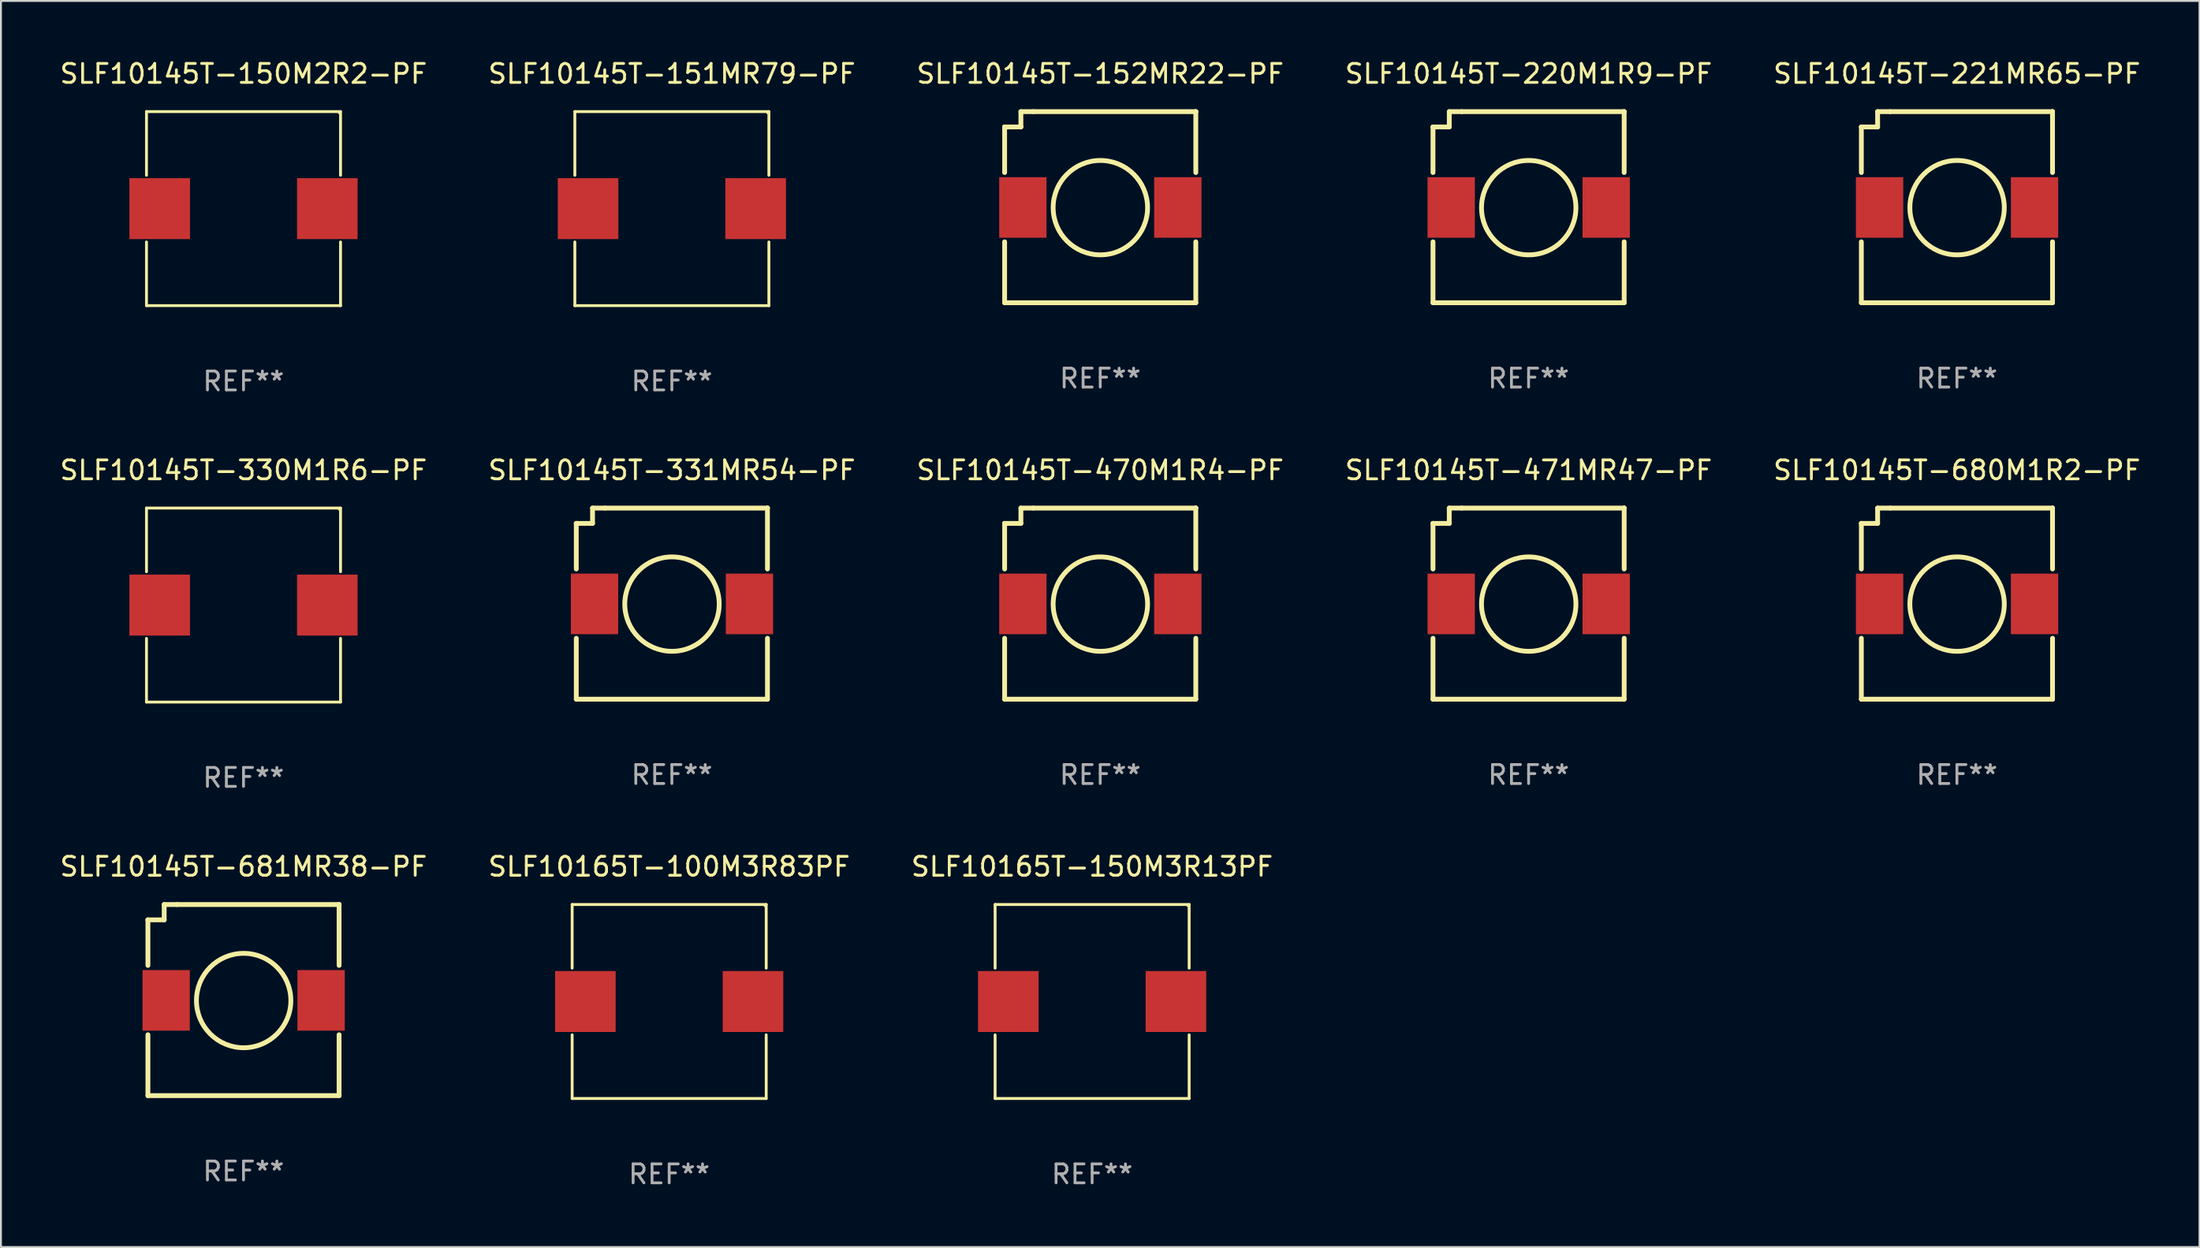
<source format=kicad_pcb>
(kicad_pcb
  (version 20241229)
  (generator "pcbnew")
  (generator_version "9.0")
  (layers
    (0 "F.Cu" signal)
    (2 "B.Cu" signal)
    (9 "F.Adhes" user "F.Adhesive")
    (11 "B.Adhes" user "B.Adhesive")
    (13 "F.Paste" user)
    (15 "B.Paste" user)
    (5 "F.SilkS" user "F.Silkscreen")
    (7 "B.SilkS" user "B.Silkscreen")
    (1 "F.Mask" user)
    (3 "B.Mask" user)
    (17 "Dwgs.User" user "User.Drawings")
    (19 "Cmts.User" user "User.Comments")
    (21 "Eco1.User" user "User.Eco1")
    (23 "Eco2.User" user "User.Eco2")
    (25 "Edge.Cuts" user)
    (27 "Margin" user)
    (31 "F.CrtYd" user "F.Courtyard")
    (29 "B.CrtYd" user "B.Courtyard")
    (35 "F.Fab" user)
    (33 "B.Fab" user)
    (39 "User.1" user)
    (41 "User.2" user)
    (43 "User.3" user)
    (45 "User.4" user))
  (footprint "SLF10165T-100M3R83PF"
    (layer "F.Cu")
    (at 32.304 49.872)
    (property "Reference" "SLF10165T-100M3R83PF" (at 0 -7.126 0) (layer "F.SilkS") (effects (font (size 1 1) (thickness 0.15))))
    (attr through_hole)
    (fp_line (start -5.126 -5.126) (end 5.126 -5.126) (stroke (width 0.152) (type solid)) (layer "F.SilkS"))
    (fp_line (start -5.126 -1.762) (end -5.126 -5.126) (stroke (width 0.152) (type solid)) (layer "F.SilkS"))
    (fp_line (start -5.126 1.762) (end -5.126 5.126) (stroke (width 0.152) (type solid)) (layer "F.SilkS"))
    (fp_line (start -5.126 5.126) (end 5.126 5.126) (stroke (width 0.152) (type solid)) (layer "F.SilkS"))
    (fp_line (start 5.126 -5.126) (end 5.126 -1.762) (stroke (width 0.152) (type solid)) (layer "F.SilkS"))
    (fp_line (start 5.126 5.126) (end 5.126 1.762) (stroke (width 0.152) (type solid)) (layer "F.SilkS"))
    (fp_circle (center 5.05 -5.05) (end 5.08 -5.05) (stroke (width 0.06) (type solid)) (fill no) (layer "F.SilkS"))
    (fp_text user "REF**" (at 0 9.126 0) (layer "F.Fab") (effects (font (size 1 1) (thickness 0.15))))
    (pad "1" smd rect (at 4.428 0) (size 3.2 3.22) (layers "F.Cu" "F.Mask" "F.Paste"))
    (pad "2" smd rect (at -4.428 0) (size 3.2 3.22) (layers "F.Cu" "F.Mask" "F.Paste")))
  (footprint "SLF10145T-330M1R6-PF"
    (layer "F.Cu")
    (at 9.815 28.923)
    (property "Reference" "SLF10145T-330M1R6-PF" (at 0 -7.126 0) (layer "F.SilkS") (effects (font (size 1 1) (thickness 0.15))))
    (attr through_hole)
    (fp_line (start -5.126 -5.126) (end 5.126 -5.126) (stroke (width 0.152) (type solid)) (layer "F.SilkS"))
    (fp_line (start -5.126 -1.762) (end -5.126 -5.126) (stroke (width 0.152) (type solid)) (layer "F.SilkS"))
    (fp_line (start -5.126 1.762) (end -5.126 5.126) (stroke (width 0.152) (type solid)) (layer "F.SilkS"))
    (fp_line (start -5.126 5.126) (end 5.126 5.126) (stroke (width 0.152) (type solid)) (layer "F.SilkS"))
    (fp_line (start 5.126 -5.126) (end 5.126 -1.762) (stroke (width 0.152) (type solid)) (layer "F.SilkS"))
    (fp_line (start 5.126 5.126) (end 5.126 1.762) (stroke (width 0.152) (type solid)) (layer "F.SilkS"))
    (fp_circle (center 5.05 -5.05) (end 5.08 -5.05) (stroke (width 0.06) (type solid)) (fill no) (layer "F.SilkS"))
    (fp_text user "REF**" (at 0 9.126 0) (layer "F.Fab") (effects (font (size 1 1) (thickness 0.15))))
    (pad "1" smd rect (at 4.428 0) (size 3.2 3.22) (layers "F.Cu" "F.Mask" "F.Paste"))
    (pad "2" smd rect (at -4.428 0) (size 3.2 3.22) (layers "F.Cu" "F.Mask" "F.Paste")))
  (footprint "SLF10145T-150M2R2-PF"
    (layer "F.Cu")
    (at 9.815 7.974)
    (property "Reference" "SLF10145T-150M2R2-PF" (at 0 -7.126 0) (layer "F.SilkS") (effects (font (size 1 1) (thickness 0.15))))
    (attr through_hole)
    (fp_line (start -5.126 -5.126) (end 5.126 -5.126) (stroke (width 0.152) (type solid)) (layer "F.SilkS"))
    (fp_line (start -5.126 -1.762) (end -5.126 -5.126) (stroke (width 0.152) (type solid)) (layer "F.SilkS"))
    (fp_line (start -5.126 1.762) (end -5.126 5.126) (stroke (width 0.152) (type solid)) (layer "F.SilkS"))
    (fp_line (start -5.126 5.126) (end 5.126 5.126) (stroke (width 0.152) (type solid)) (layer "F.SilkS"))
    (fp_line (start 5.126 -5.126) (end 5.126 -1.762) (stroke (width 0.152) (type solid)) (layer "F.SilkS"))
    (fp_line (start 5.126 5.126) (end 5.126 1.762) (stroke (width 0.152) (type solid)) (layer "F.SilkS"))
    (fp_circle (center 5.05 -5.05) (end 5.08 -5.05) (stroke (width 0.06) (type solid)) (fill no) (layer "F.SilkS"))
    (fp_text user "REF**" (at 0 9.126 0) (layer "F.Fab") (effects (font (size 1 1) (thickness 0.15))))
    (pad "1" smd rect (at 4.428 0) (size 3.2 3.22) (layers "F.Cu" "F.Mask" "F.Paste"))
    (pad "2" smd rect (at -4.428 0) (size 3.2 3.22) (layers "F.Cu" "F.Mask" "F.Paste")))
  (footprint "SLF10165T-150M3R13PF"
    (layer "F.Cu")
    (at 54.649 49.872)
    (property "Reference" "SLF10165T-150M3R13PF" (at 0 -7.126 0) (layer "F.SilkS") (effects (font (size 1 1) (thickness 0.15))))
    (attr through_hole)
    (fp_line (start -5.126 -5.126) (end 5.126 -5.126) (stroke (width 0.152) (type solid)) (layer "F.SilkS"))
    (fp_line (start -5.126 -1.762) (end -5.126 -5.126) (stroke (width 0.152) (type solid)) (layer "F.SilkS"))
    (fp_line (start -5.126 1.762) (end -5.126 5.126) (stroke (width 0.152) (type solid)) (layer "F.SilkS"))
    (fp_line (start -5.126 5.126) (end 5.126 5.126) (stroke (width 0.152) (type solid)) (layer "F.SilkS"))
    (fp_line (start 5.126 -5.126) (end 5.126 -1.762) (stroke (width 0.152) (type solid)) (layer "F.SilkS"))
    (fp_line (start 5.126 5.126) (end 5.126 1.762) (stroke (width 0.152) (type solid)) (layer "F.SilkS"))
    (fp_circle (center 5.05 -5.05) (end 5.08 -5.05) (stroke (width 0.06) (type solid)) (fill no) (layer "F.SilkS"))
    (fp_text user "REF**" (at 0 9.126 0) (layer "F.Fab") (effects (font (size 1 1) (thickness 0.15))))
    (pad "1" smd rect (at 4.428 0) (size 3.2 3.22) (layers "F.Cu" "F.Mask" "F.Paste"))
    (pad "2" smd rect (at -4.428 0) (size 3.2 3.22) (layers "F.Cu" "F.Mask" "F.Paste")))
  (footprint "SLF10145T-221MR65-PF"
    (layer "F.Cu")
    (at 100.339 7.898)
    (property "Reference" "SLF10145T-221MR65-PF" (at 0 -7.05 0) (layer "F.SilkS") (effects (font (size 1 1) (thickness 0.15))))
    (attr through_hole)
    (fp_line (start -5.05 -4.239) (end -5.05 -1.831) (stroke (width 0.254) (type solid)) (layer "F.SilkS"))
    (fp_line (start -5.05 5.05) (end -5.05 1.831) (stroke (width 0.254) (type solid)) (layer "F.SilkS"))
    (fp_line (start -5.05 -4.239) (end -5.05 -4.239) (stroke (width 0.254) (type solid)) (layer "F.SilkS"))
    (fp_line (start -5.05 -4.239) (end -4.191 -4.239) (stroke (width 0.254) (type solid)) (layer "F.SilkS"))
    (fp_line (start -4.191 -5.049) (end -3.526 -5.049) (stroke (width 0.254) (type solid)) (layer "F.SilkS"))
    (fp_line (start -4.191 -4.239) (end -4.191 -5.049) (stroke (width 0.254) (type solid)) (layer "F.SilkS"))
    (fp_line (start -3.526 -5.049) (end 5.05 -5.049) (stroke (width 0.254) (type solid)) (layer "F.SilkS"))
    (fp_line (start 5.05 -5.05) (end 5.05 -1.831) (stroke (width 0.254) (type solid)) (layer "F.SilkS"))
    (fp_line (start 5.05 -5.049) (end 5.05 -5.05) (stroke (width 0.254) (type solid)) (layer "F.SilkS"))
    (fp_line (start 5.05 1.831) (end 5.05 5.05) (stroke (width 0.254) (type solid)) (layer "F.SilkS"))
    (fp_line (start 5.05 5.05) (end -5.05 5.05) (stroke (width 0.254) (type solid)) (layer "F.SilkS"))
    (fp_circle (center -5.044 5.065) (end -5.014 5.065) (stroke (width 0.06) (type solid)) (fill no) (layer "F.SilkS"))
    (fp_circle (center 0.007 0.025) (end 2.501 0.025) (stroke (width 0.254) (type solid)) (fill no) (layer "F.SilkS"))
    (fp_text user "REF**" (at 0 9.05 0) (layer "F.Fab") (effects (font (size 1 1) (thickness 0.15))))
    (pad "1" smd rect (at -4.087 0.015 90) (size 3.2 2.5) (layers "F.Cu" "F.Mask" "F.Paste"))
    (pad "2" smd rect (at 4.1 0.015 90) (size 3.2 2.5) (layers "F.Cu" "F.Mask" "F.Paste")))
  (footprint "SLF10145T-681MR38-PF"
    (layer "F.Cu")
    (at 9.815 49.796)
    (property "Reference" "SLF10145T-681MR38-PF" (at 0 -7.05 0) (layer "F.SilkS") (effects (font (size 1 1) (thickness 0.15))))
    (attr through_hole)
    (fp_line (start -5.05 -4.239) (end -5.05 -1.831) (stroke (width 0.254) (type solid)) (layer "F.SilkS"))
    (fp_line (start -5.05 5.05) (end -5.05 1.831) (stroke (width 0.254) (type solid)) (layer "F.SilkS"))
    (fp_line (start -5.05 -4.239) (end -5.05 -4.239) (stroke (width 0.254) (type solid)) (layer "F.SilkS"))
    (fp_line (start -5.05 -4.239) (end -4.191 -4.239) (stroke (width 0.254) (type solid)) (layer "F.SilkS"))
    (fp_line (start -4.191 -5.049) (end -3.526 -5.049) (stroke (width 0.254) (type solid)) (layer "F.SilkS"))
    (fp_line (start -4.191 -4.239) (end -4.191 -5.049) (stroke (width 0.254) (type solid)) (layer "F.SilkS"))
    (fp_line (start -3.526 -5.049) (end 5.05 -5.049) (stroke (width 0.254) (type solid)) (layer "F.SilkS"))
    (fp_line (start 5.05 -5.05) (end 5.05 -1.831) (stroke (width 0.254) (type solid)) (layer "F.SilkS"))
    (fp_line (start 5.05 -5.049) (end 5.05 -5.05) (stroke (width 0.254) (type solid)) (layer "F.SilkS"))
    (fp_line (start 5.05 1.831) (end 5.05 5.05) (stroke (width 0.254) (type solid)) (layer "F.SilkS"))
    (fp_line (start 5.05 5.05) (end -5.05 5.05) (stroke (width 0.254) (type solid)) (layer "F.SilkS"))
    (fp_circle (center -5.044 5.065) (end -5.014 5.065) (stroke (width 0.06) (type solid)) (fill no) (layer "F.SilkS"))
    (fp_circle (center 0.007 0.025) (end 2.501 0.025) (stroke (width 0.254) (type solid)) (fill no) (layer "F.SilkS"))
    (fp_text user "REF**" (at 0 9.05 0) (layer "F.Fab") (effects (font (size 1 1) (thickness 0.15))))
    (pad "1" smd rect (at -4.087 0.015 90) (size 3.2 2.5) (layers "F.Cu" "F.Mask" "F.Paste"))
    (pad "2" smd rect (at 4.1 0.015 90) (size 3.2 2.5) (layers "F.Cu" "F.Mask" "F.Paste")))
  (footprint "SLF10145T-680M1R2-PF"
    (layer "F.Cu")
    (at 100.339 28.847)
    (property "Reference" "SLF10145T-680M1R2-PF" (at 0 -7.05 0) (layer "F.SilkS") (effects (font (size 1 1) (thickness 0.15))))
    (attr through_hole)
    (fp_line (start -5.05 -4.239) (end -5.05 -1.831) (stroke (width 0.254) (type solid)) (layer "F.SilkS"))
    (fp_line (start -5.05 5.05) (end -5.05 1.831) (stroke (width 0.254) (type solid)) (layer "F.SilkS"))
    (fp_line (start -5.05 -4.239) (end -5.05 -4.239) (stroke (width 0.254) (type solid)) (layer "F.SilkS"))
    (fp_line (start -5.05 -4.239) (end -4.191 -4.239) (stroke (width 0.254) (type solid)) (layer "F.SilkS"))
    (fp_line (start -4.191 -5.049) (end -3.526 -5.049) (stroke (width 0.254) (type solid)) (layer "F.SilkS"))
    (fp_line (start -4.191 -4.239) (end -4.191 -5.049) (stroke (width 0.254) (type solid)) (layer "F.SilkS"))
    (fp_line (start -3.526 -5.049) (end 5.05 -5.049) (stroke (width 0.254) (type solid)) (layer "F.SilkS"))
    (fp_line (start 5.05 -5.05) (end 5.05 -1.831) (stroke (width 0.254) (type solid)) (layer "F.SilkS"))
    (fp_line (start 5.05 -5.049) (end 5.05 -5.05) (stroke (width 0.254) (type solid)) (layer "F.SilkS"))
    (fp_line (start 5.05 1.831) (end 5.05 5.05) (stroke (width 0.254) (type solid)) (layer "F.SilkS"))
    (fp_line (start 5.05 5.05) (end -5.05 5.05) (stroke (width 0.254) (type solid)) (layer "F.SilkS"))
    (fp_circle (center -5.044 5.065) (end -5.014 5.065) (stroke (width 0.06) (type solid)) (fill no) (layer "F.SilkS"))
    (fp_circle (center 0.007 0.025) (end 2.501 0.025) (stroke (width 0.254) (type solid)) (fill no) (layer "F.SilkS"))
    (fp_text user "REF**" (at 0 9.05 0) (layer "F.Fab") (effects (font (size 1 1) (thickness 0.15))))
    (pad "1" smd rect (at -4.087 0.015 90) (size 3.2 2.5) (layers "F.Cu" "F.Mask" "F.Paste"))
    (pad "2" smd rect (at 4.1 0.015 90) (size 3.2 2.5) (layers "F.Cu" "F.Mask" "F.Paste")))
  (footprint "SLF10145T-331MR54-PF"
    (layer "F.Cu")
    (at 32.446 28.847)
    (property "Reference" "SLF10145T-331MR54-PF" (at 0 -7.05 0) (layer "F.SilkS") (effects (font (size 1 1) (thickness 0.15))))
    (attr through_hole)
    (fp_line (start -5.05 -4.239) (end -5.05 -1.831) (stroke (width 0.254) (type solid)) (layer "F.SilkS"))
    (fp_line (start -5.05 5.05) (end -5.05 1.831) (stroke (width 0.254) (type solid)) (layer "F.SilkS"))
    (fp_line (start -5.05 -4.239) (end -5.05 -4.239) (stroke (width 0.254) (type solid)) (layer "F.SilkS"))
    (fp_line (start -5.05 -4.239) (end -4.191 -4.239) (stroke (width 0.254) (type solid)) (layer "F.SilkS"))
    (fp_line (start -4.191 -5.049) (end -3.526 -5.049) (stroke (width 0.254) (type solid)) (layer "F.SilkS"))
    (fp_line (start -4.191 -4.239) (end -4.191 -5.049) (stroke (width 0.254) (type solid)) (layer "F.SilkS"))
    (fp_line (start -3.526 -5.049) (end 5.05 -5.049) (stroke (width 0.254) (type solid)) (layer "F.SilkS"))
    (fp_line (start 5.05 -5.05) (end 5.05 -1.831) (stroke (width 0.254) (type solid)) (layer "F.SilkS"))
    (fp_line (start 5.05 -5.049) (end 5.05 -5.05) (stroke (width 0.254) (type solid)) (layer "F.SilkS"))
    (fp_line (start 5.05 1.831) (end 5.05 5.05) (stroke (width 0.254) (type solid)) (layer "F.SilkS"))
    (fp_line (start 5.05 5.05) (end -5.05 5.05) (stroke (width 0.254) (type solid)) (layer "F.SilkS"))
    (fp_circle (center -5.044 5.065) (end -5.014 5.065) (stroke (width 0.06) (type solid)) (fill no) (layer "F.SilkS"))
    (fp_circle (center 0.007 0.025) (end 2.501 0.025) (stroke (width 0.254) (type solid)) (fill no) (layer "F.SilkS"))
    (fp_text user "REF**" (at 0 9.05 0) (layer "F.Fab") (effects (font (size 1 1) (thickness 0.15))))
    (pad "1" smd rect (at -4.087 0.015 90) (size 3.2 2.5) (layers "F.Cu" "F.Mask" "F.Paste"))
    (pad "2" smd rect (at 4.1 0.015 90) (size 3.2 2.5) (layers "F.Cu" "F.Mask" "F.Paste")))
  (footprint "SLF10145T-470M1R4-PF"
    (layer "F.Cu")
    (at 55.077 28.847)
    (property "Reference" "SLF10145T-470M1R4-PF" (at 0 -7.05 0) (layer "F.SilkS") (effects (font (size 1 1) (thickness 0.15))))
    (attr through_hole)
    (fp_line (start -5.05 -4.239) (end -5.05 -1.831) (stroke (width 0.254) (type solid)) (layer "F.SilkS"))
    (fp_line (start -5.05 5.05) (end -5.05 1.831) (stroke (width 0.254) (type solid)) (layer "F.SilkS"))
    (fp_line (start -5.05 -4.239) (end -5.05 -4.239) (stroke (width 0.254) (type solid)) (layer "F.SilkS"))
    (fp_line (start -5.05 -4.239) (end -4.191 -4.239) (stroke (width 0.254) (type solid)) (layer "F.SilkS"))
    (fp_line (start -4.191 -5.049) (end -3.526 -5.049) (stroke (width 0.254) (type solid)) (layer "F.SilkS"))
    (fp_line (start -4.191 -4.239) (end -4.191 -5.049) (stroke (width 0.254) (type solid)) (layer "F.SilkS"))
    (fp_line (start -3.526 -5.049) (end 5.05 -5.049) (stroke (width 0.254) (type solid)) (layer "F.SilkS"))
    (fp_line (start 5.05 -5.05) (end 5.05 -1.831) (stroke (width 0.254) (type solid)) (layer "F.SilkS"))
    (fp_line (start 5.05 -5.049) (end 5.05 -5.05) (stroke (width 0.254) (type solid)) (layer "F.SilkS"))
    (fp_line (start 5.05 1.831) (end 5.05 5.05) (stroke (width 0.254) (type solid)) (layer "F.SilkS"))
    (fp_line (start 5.05 5.05) (end -5.05 5.05) (stroke (width 0.254) (type solid)) (layer "F.SilkS"))
    (fp_circle (center -5.044 5.065) (end -5.014 5.065) (stroke (width 0.06) (type solid)) (fill no) (layer "F.SilkS"))
    (fp_circle (center 0.007 0.025) (end 2.501 0.025) (stroke (width 0.254) (type solid)) (fill no) (layer "F.SilkS"))
    (fp_text user "REF**" (at 0 9.05 0) (layer "F.Fab") (effects (font (size 1 1) (thickness 0.15))))
    (pad "1" smd rect (at -4.087 0.015 90) (size 3.2 2.5) (layers "F.Cu" "F.Mask" "F.Paste"))
    (pad "2" smd rect (at 4.1 0.015 90) (size 3.2 2.5) (layers "F.Cu" "F.Mask" "F.Paste")))
  (footprint "SLF10145T-151MR79-PF"
    (layer "F.Cu")
    (at 32.446 7.974)
    (property "Reference" "SLF10145T-151MR79-PF" (at 0 -7.126 0) (layer "F.SilkS") (effects (font (size 1 1) (thickness 0.15))))
    (attr through_hole)
    (fp_line (start -5.126 -5.126) (end 5.126 -5.126) (stroke (width 0.152) (type solid)) (layer "F.SilkS"))
    (fp_line (start -5.126 -1.762) (end -5.126 -5.126) (stroke (width 0.152) (type solid)) (layer "F.SilkS"))
    (fp_line (start -5.126 1.762) (end -5.126 5.126) (stroke (width 0.152) (type solid)) (layer "F.SilkS"))
    (fp_line (start -5.126 5.126) (end 5.126 5.126) (stroke (width 0.152) (type solid)) (layer "F.SilkS"))
    (fp_line (start 5.126 -5.126) (end 5.126 -1.762) (stroke (width 0.152) (type solid)) (layer "F.SilkS"))
    (fp_line (start 5.126 5.126) (end 5.126 1.762) (stroke (width 0.152) (type solid)) (layer "F.SilkS"))
    (fp_circle (center 5.05 -5.05) (end 5.08 -5.05) (stroke (width 0.06) (type solid)) (fill no) (layer "F.SilkS"))
    (fp_text user "REF**" (at 0 9.126 0) (layer "F.Fab") (effects (font (size 1 1) (thickness 0.15))))
    (pad "1" smd rect (at 4.428 0) (size 3.2 3.22) (layers "F.Cu" "F.Mask" "F.Paste"))
    (pad "2" smd rect (at -4.428 0) (size 3.2 3.22) (layers "F.Cu" "F.Mask" "F.Paste")))
  (footprint "SLF10145T-471MR47-PF"
    (layer "F.Cu")
    (at 77.708 28.847)
    (property "Reference" "SLF10145T-471MR47-PF" (at 0 -7.05 0) (layer "F.SilkS") (effects (font (size 1 1) (thickness 0.15))))
    (attr through_hole)
    (fp_line (start -5.05 -4.239) (end -5.05 -1.831) (stroke (width 0.254) (type solid)) (layer "F.SilkS"))
    (fp_line (start -5.05 5.05) (end -5.05 1.831) (stroke (width 0.254) (type solid)) (layer "F.SilkS"))
    (fp_line (start -5.05 -4.239) (end -5.05 -4.239) (stroke (width 0.254) (type solid)) (layer "F.SilkS"))
    (fp_line (start -5.05 -4.239) (end -4.191 -4.239) (stroke (width 0.254) (type solid)) (layer "F.SilkS"))
    (fp_line (start -4.191 -5.049) (end -3.526 -5.049) (stroke (width 0.254) (type solid)) (layer "F.SilkS"))
    (fp_line (start -4.191 -4.239) (end -4.191 -5.049) (stroke (width 0.254) (type solid)) (layer "F.SilkS"))
    (fp_line (start -3.526 -5.049) (end 5.05 -5.049) (stroke (width 0.254) (type solid)) (layer "F.SilkS"))
    (fp_line (start 5.05 -5.05) (end 5.05 -1.831) (stroke (width 0.254) (type solid)) (layer "F.SilkS"))
    (fp_line (start 5.05 -5.049) (end 5.05 -5.05) (stroke (width 0.254) (type solid)) (layer "F.SilkS"))
    (fp_line (start 5.05 1.831) (end 5.05 5.05) (stroke (width 0.254) (type solid)) (layer "F.SilkS"))
    (fp_line (start 5.05 5.05) (end -5.05 5.05) (stroke (width 0.254) (type solid)) (layer "F.SilkS"))
    (fp_circle (center -5.044 5.065) (end -5.014 5.065) (stroke (width 0.06) (type solid)) (fill no) (layer "F.SilkS"))
    (fp_circle (center 0.007 0.025) (end 2.501 0.025) (stroke (width 0.254) (type solid)) (fill no) (layer "F.SilkS"))
    (fp_text user "REF**" (at 0 9.05 0) (layer "F.Fab") (effects (font (size 1 1) (thickness 0.15))))
    (pad "1" smd rect (at -4.087 0.015 90) (size 3.2 2.5) (layers "F.Cu" "F.Mask" "F.Paste"))
    (pad "2" smd rect (at 4.1 0.015 90) (size 3.2 2.5) (layers "F.Cu" "F.Mask" "F.Paste")))
  (footprint "SLF10145T-220M1R9-PF"
    (layer "F.Cu")
    (at 77.708 7.898)
    (property "Reference" "SLF10145T-220M1R9-PF" (at 0 -7.05 0) (layer "F.SilkS") (effects (font (size 1 1) (thickness 0.15))))
    (attr through_hole)
    (fp_line (start -5.05 -4.239) (end -5.05 -1.831) (stroke (width 0.254) (type solid)) (layer "F.SilkS"))
    (fp_line (start -5.05 5.05) (end -5.05 1.831) (stroke (width 0.254) (type solid)) (layer "F.SilkS"))
    (fp_line (start -5.05 -4.239) (end -5.05 -4.239) (stroke (width 0.254) (type solid)) (layer "F.SilkS"))
    (fp_line (start -5.05 -4.239) (end -4.191 -4.239) (stroke (width 0.254) (type solid)) (layer "F.SilkS"))
    (fp_line (start -4.191 -5.049) (end -3.526 -5.049) (stroke (width 0.254) (type solid)) (layer "F.SilkS"))
    (fp_line (start -4.191 -4.239) (end -4.191 -5.049) (stroke (width 0.254) (type solid)) (layer "F.SilkS"))
    (fp_line (start -3.526 -5.049) (end 5.05 -5.049) (stroke (width 0.254) (type solid)) (layer "F.SilkS"))
    (fp_line (start 5.05 -5.05) (end 5.05 -1.831) (stroke (width 0.254) (type solid)) (layer "F.SilkS"))
    (fp_line (start 5.05 -5.049) (end 5.05 -5.05) (stroke (width 0.254) (type solid)) (layer "F.SilkS"))
    (fp_line (start 5.05 1.831) (end 5.05 5.05) (stroke (width 0.254) (type solid)) (layer "F.SilkS"))
    (fp_line (start 5.05 5.05) (end -5.05 5.05) (stroke (width 0.254) (type solid)) (layer "F.SilkS"))
    (fp_circle (center -5.044 5.065) (end -5.014 5.065) (stroke (width 0.06) (type solid)) (fill no) (layer "F.SilkS"))
    (fp_circle (center 0.007 0.025) (end 2.501 0.025) (stroke (width 0.254) (type solid)) (fill no) (layer "F.SilkS"))
    (fp_text user "REF**" (at 0 9.05 0) (layer "F.Fab") (effects (font (size 1 1) (thickness 0.15))))
    (pad "1" smd rect (at -4.087 0.015 90) (size 3.2 2.5) (layers "F.Cu" "F.Mask" "F.Paste"))
    (pad "2" smd rect (at 4.1 0.015 90) (size 3.2 2.5) (layers "F.Cu" "F.Mask" "F.Paste")))
  (footprint "SLF10145T-152MR22-PF"
    (layer "F.Cu")
    (at 55.077 7.898)
    (property "Reference" "SLF10145T-152MR22-PF" (at 0 -7.05 0) (layer "F.SilkS") (effects (font (size 1 1) (thickness 0.15))))
    (attr through_hole)
    (fp_line (start -5.05 -4.239) (end -5.05 -1.831) (stroke (width 0.254) (type solid)) (layer "F.SilkS"))
    (fp_line (start -5.05 5.05) (end -5.05 1.831) (stroke (width 0.254) (type solid)) (layer "F.SilkS"))
    (fp_line (start -5.05 -4.239) (end -5.05 -4.239) (stroke (width 0.254) (type solid)) (layer "F.SilkS"))
    (fp_line (start -5.05 -4.239) (end -4.191 -4.239) (stroke (width 0.254) (type solid)) (layer "F.SilkS"))
    (fp_line (start -4.191 -5.049) (end -3.526 -5.049) (stroke (width 0.254) (type solid)) (layer "F.SilkS"))
    (fp_line (start -4.191 -4.239) (end -4.191 -5.049) (stroke (width 0.254) (type solid)) (layer "F.SilkS"))
    (fp_line (start -3.526 -5.049) (end 5.05 -5.049) (stroke (width 0.254) (type solid)) (layer "F.SilkS"))
    (fp_line (start 5.05 -5.05) (end 5.05 -1.831) (stroke (width 0.254) (type solid)) (layer "F.SilkS"))
    (fp_line (start 5.05 -5.049) (end 5.05 -5.05) (stroke (width 0.254) (type solid)) (layer "F.SilkS"))
    (fp_line (start 5.05 1.831) (end 5.05 5.05) (stroke (width 0.254) (type solid)) (layer "F.SilkS"))
    (fp_line (start 5.05 5.05) (end -5.05 5.05) (stroke (width 0.254) (type solid)) (layer "F.SilkS"))
    (fp_circle (center -5.044 5.065) (end -5.014 5.065) (stroke (width 0.06) (type solid)) (fill no) (layer "F.SilkS"))
    (fp_circle (center 0.007 0.025) (end 2.501 0.025) (stroke (width 0.254) (type solid)) (fill no) (layer "F.SilkS"))
    (fp_text user "REF**" (at 0 9.05 0) (layer "F.Fab") (effects (font (size 1 1) (thickness 0.15))))
    (pad "1" smd rect (at -4.087 0.015 90) (size 3.2 2.5) (layers "F.Cu" "F.Mask" "F.Paste"))
    (pad "2" smd rect (at 4.1 0.015 90) (size 3.2 2.5) (layers "F.Cu" "F.Mask" "F.Paste")))
  (gr_rect
    (start -3 -3)
    (end 113.155 62.847)
    (stroke (width 0.1) (type default))
    (fill no)
    (layer "Edge.Cuts")))
</source>
